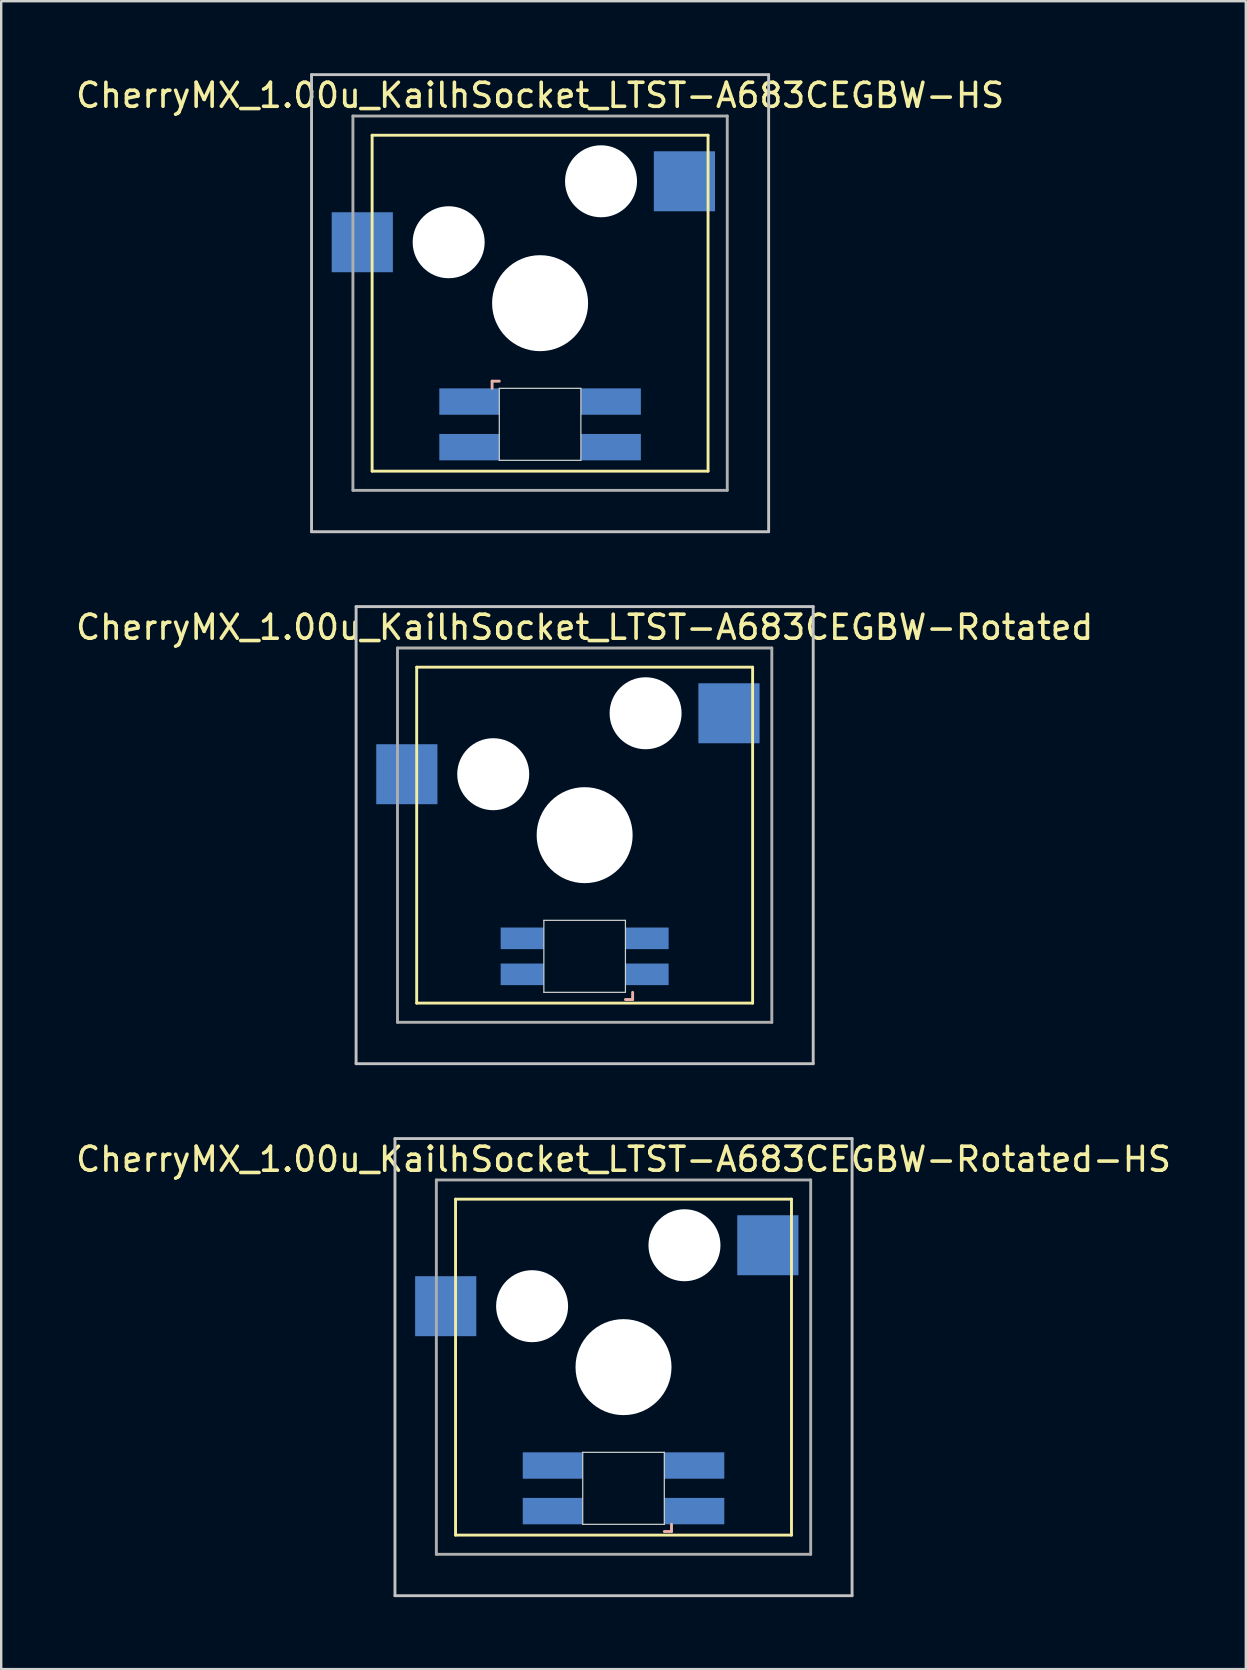
<source format=kicad_pcb>
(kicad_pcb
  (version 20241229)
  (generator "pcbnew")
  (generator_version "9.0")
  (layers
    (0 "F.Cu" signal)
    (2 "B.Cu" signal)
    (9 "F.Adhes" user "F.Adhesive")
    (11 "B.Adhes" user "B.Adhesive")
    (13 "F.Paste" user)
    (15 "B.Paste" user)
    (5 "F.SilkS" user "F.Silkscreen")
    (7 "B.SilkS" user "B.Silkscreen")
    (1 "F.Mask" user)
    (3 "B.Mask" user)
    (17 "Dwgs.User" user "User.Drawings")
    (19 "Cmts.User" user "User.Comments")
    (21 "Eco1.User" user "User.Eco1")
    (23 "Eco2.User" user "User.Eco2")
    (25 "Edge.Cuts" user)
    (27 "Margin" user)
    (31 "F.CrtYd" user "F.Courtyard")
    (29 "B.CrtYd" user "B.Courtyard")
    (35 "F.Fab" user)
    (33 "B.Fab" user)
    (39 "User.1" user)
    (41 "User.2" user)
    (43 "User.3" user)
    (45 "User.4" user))
  (footprint "CherryMX_1.00u_KailhSocket_LTST-A683CEGBW-HS"
    (layer "F.Cu")
    (at 19.458 9.585)
    (property "Reference" "CherryMX_1.00u_KailhSocket_LTST-A683CEGBW-HS" (at 0 -8.662 0) (layer "F.SilkS") (effects (font (size 1 1) (thickness 0.15))))
    (attr through_hole)
    (fp_line (start -7 -7) (end -7 7) (stroke (width 0.12) (type solid)) (layer "F.SilkS"))
    (fp_line (start -7 -7) (end 7 -7) (stroke (width 0.12) (type solid)) (layer "F.SilkS"))
    (fp_line (start 7 -7) (end 7 7) (stroke (width 0.12) (type solid)) (layer "F.SilkS"))
    (fp_line (start 7 7) (end -7 7) (stroke (width 0.12) (type solid)) (layer "F.SilkS"))
    (fp_line (start -2 3.25) (end -2 3.55) (stroke (width 0.12) (type solid)) (layer "B.SilkS"))
    (fp_line (start -1.7 3.25) (end -2 3.25) (stroke (width 0.12) (type solid)) (layer "B.SilkS"))
    (fp_line (start -9.525 -9.525) (end 9.525 -9.525) (stroke (width 0.12) (type solid)) (layer "Dwgs.User"))
    (fp_line (start -9.525 9.525) (end -9.525 -9.525) (stroke (width 0.12) (type solid)) (layer "Dwgs.User"))
    (fp_line (start 9.525 -9.525) (end 9.525 9.525) (stroke (width 0.12) (type solid)) (layer "Dwgs.User"))
    (fp_line (start 9.525 9.525) (end -9.525 9.525) (stroke (width 0.12) (type solid)) (layer "Dwgs.User"))
    (fp_line (start -1.7 3.55) (end 1.7 3.55) (stroke (width 0.05) (type solid)) (layer "Edge.Cuts"))
    (fp_line (start -1.7 6.55) (end -1.7 3.55) (stroke (width 0.05) (type solid)) (layer "Edge.Cuts"))
    (fp_line (start 1.7 3.55) (end 1.7 6.55) (stroke (width 0.05) (type solid)) (layer "Edge.Cuts"))
    (fp_line (start 1.7 6.55) (end -1.7 6.55) (stroke (width 0.05) (type solid)) (layer "Edge.Cuts"))
    (fp_line (start -7.8 -7.8) (end -7.8 7.8) (stroke (width 0.12) (type solid)) (layer "F.Fab"))
    (fp_line (start -7.8 -7.8) (end 7.8 -7.8) (stroke (width 0.12) (type solid)) (layer "F.Fab"))
    (fp_line (start -7.8 7.8) (end 7.8 7.8) (stroke (width 0.12) (type solid)) (layer "F.Fab"))
    (fp_line (start 7.8 -7.8) (end 7.8 7.8) (stroke (width 0.12) (type solid)) (layer "F.Fab"))
    (pad "" np_thru_hole circle (at -3.81 -2.54) (size 3 3) (drill 3) (layers "*.Cu" "*.Mask"))
    (pad "" np_thru_hole circle (at 0 0) (size 4 4) (drill 4) (layers "*.Cu" "*.Mask"))
    (pad "" np_thru_hole circle (at 2.54 -5.08) (size 3 3) (drill 3) (layers "*.Cu" "*.Mask"))
    (pad "1" smd rect (at -7.41 -2.54) (size 2.55 2.5) (layers "B.Cu" "B.Mask" "B.Paste"))
    (pad "2" smd rect (at 6.015 -5.08) (size 2.55 2.5) (layers "B.Cu" "B.Mask" "B.Paste"))
    (pad "3" smd rect (at -2.95 4.1) (size 2.5 1.1) (layers "B.Cu" "B.Mask" "B.Paste"))
    (pad "4" smd rect (at -2.95 6) (size 2.5 1.1) (layers "B.Cu" "B.Mask" "B.Paste"))
    (pad "5" smd rect (at 2.95 4.1) (size 2.5 1.1) (layers "B.Cu" "B.Mask" "B.Paste"))
    (pad "6" smd rect (at 2.95 6) (size 2.5 1.1) (layers "B.Cu" "B.Mask" "B.Paste")))
  (footprint "CherryMX_1.00u_KailhSocket_LTST-A683CEGBW-Rotated-HS"
    (layer "F.Cu")
    (at 22.935 53.925)
    (property "Reference" "CherryMX_1.00u_KailhSocket_LTST-A683CEGBW-Rotated-HS" (at 0 -8.662 0) (layer "F.SilkS") (effects (font (size 1 1) (thickness 0.15))))
    (attr through_hole)
    (fp_line (start -7 -7) (end -7 7) (stroke (width 0.12) (type solid)) (layer "F.SilkS"))
    (fp_line (start -7 -7) (end 7 -7) (stroke (width 0.12) (type solid)) (layer "F.SilkS"))
    (fp_line (start 7 -7) (end 7 7) (stroke (width 0.12) (type solid)) (layer "F.SilkS"))
    (fp_line (start 7 7) (end -7 7) (stroke (width 0.12) (type solid)) (layer "F.SilkS"))
    (fp_line (start 1.7 6.85) (end 2 6.85) (stroke (width 0.12) (type solid)) (layer "B.SilkS"))
    (fp_line (start 2 6.85) (end 2 6.55) (stroke (width 0.12) (type solid)) (layer "B.SilkS"))
    (fp_line (start -9.525 -9.525) (end 9.525 -9.525) (stroke (width 0.12) (type solid)) (layer "Dwgs.User"))
    (fp_line (start -9.525 9.525) (end -9.525 -9.525) (stroke (width 0.12) (type solid)) (layer "Dwgs.User"))
    (fp_line (start 9.525 -9.525) (end 9.525 9.525) (stroke (width 0.12) (type solid)) (layer "Dwgs.User"))
    (fp_line (start 9.525 9.525) (end -9.525 9.525) (stroke (width 0.12) (type solid)) (layer "Dwgs.User"))
    (fp_line (start -1.7 3.55) (end 1.7 3.55) (stroke (width 0.05) (type solid)) (layer "Edge.Cuts"))
    (fp_line (start -1.7 6.55) (end -1.7 3.55) (stroke (width 0.05) (type solid)) (layer "Edge.Cuts"))
    (fp_line (start 1.7 3.55) (end 1.7 6.55) (stroke (width 0.05) (type solid)) (layer "Edge.Cuts"))
    (fp_line (start 1.7 6.55) (end -1.7 6.55) (stroke (width 0.05) (type solid)) (layer "Edge.Cuts"))
    (fp_line (start -7.8 -7.8) (end -7.8 7.8) (stroke (width 0.12) (type solid)) (layer "F.Fab"))
    (fp_line (start -7.8 -7.8) (end 7.8 -7.8) (stroke (width 0.12) (type solid)) (layer "F.Fab"))
    (fp_line (start -7.8 7.8) (end 7.8 7.8) (stroke (width 0.12) (type solid)) (layer "F.Fab"))
    (fp_line (start 7.8 -7.8) (end 7.8 7.8) (stroke (width 0.12) (type solid)) (layer "F.Fab"))
    (pad "" np_thru_hole circle (at -3.81 -2.54) (size 3 3) (drill 3) (layers "*.Cu" "*.Mask"))
    (pad "" np_thru_hole circle (at 0 0) (size 4 4) (drill 4) (layers "*.Cu" "*.Mask"))
    (pad "" np_thru_hole circle (at 2.54 -5.08) (size 3 3) (drill 3) (layers "*.Cu" "*.Mask"))
    (pad "1" smd rect (at -7.41 -2.54) (size 2.55 2.5) (layers "B.Cu" "B.Mask" "B.Paste"))
    (pad "2" smd rect (at 6.015 -5.08) (size 2.55 2.5) (layers "B.Cu" "B.Mask" "B.Paste"))
    (pad "3" smd rect (at 2.95 6) (size 2.5 1.1) (layers "B.Cu" "B.Mask" "B.Paste"))
    (pad "4" smd rect (at 2.95 4.1) (size 2.5 1.1) (layers "B.Cu" "B.Mask" "B.Paste"))
    (pad "5" smd rect (at -2.95 6) (size 2.5 1.1) (layers "B.Cu" "B.Mask" "B.Paste"))
    (pad "6" smd rect (at -2.95 4.1) (size 2.5 1.1) (layers "B.Cu" "B.Mask" "B.Paste")))
  (footprint "CherryMX_1.00u_KailhSocket_LTST-A683CEGBW-Rotated"
    (layer "F.Cu")
    (at 21.315 31.755)
    (property "Reference" "CherryMX_1.00u_KailhSocket_LTST-A683CEGBW-Rotated" (at 0 -8.662 0) (layer "F.SilkS") (effects (font (size 1 1) (thickness 0.15))))
    (attr through_hole)
    (fp_line (start -7 -7) (end -7 7) (stroke (width 0.12) (type solid)) (layer "F.SilkS"))
    (fp_line (start -7 -7) (end 7 -7) (stroke (width 0.12) (type solid)) (layer "F.SilkS"))
    (fp_line (start 7 -7) (end 7 7) (stroke (width 0.12) (type solid)) (layer "F.SilkS"))
    (fp_line (start 7 7) (end -7 7) (stroke (width 0.12) (type solid)) (layer "F.SilkS"))
    (fp_line (start 1.7 6.85) (end 2 6.85) (stroke (width 0.12) (type solid)) (layer "B.SilkS"))
    (fp_line (start 2 6.85) (end 2 6.55) (stroke (width 0.12) (type solid)) (layer "B.SilkS"))
    (fp_line (start -9.525 -9.525) (end 9.525 -9.525) (stroke (width 0.12) (type solid)) (layer "Dwgs.User"))
    (fp_line (start -9.525 9.525) (end -9.525 -9.525) (stroke (width 0.12) (type solid)) (layer "Dwgs.User"))
    (fp_line (start 9.525 -9.525) (end 9.525 9.525) (stroke (width 0.12) (type solid)) (layer "Dwgs.User"))
    (fp_line (start 9.525 9.525) (end -9.525 9.525) (stroke (width 0.12) (type solid)) (layer "Dwgs.User"))
    (fp_line (start -1.7 3.55) (end 1.7 3.55) (stroke (width 0.05) (type solid)) (layer "Edge.Cuts"))
    (fp_line (start -1.7 6.55) (end -1.7 3.55) (stroke (width 0.05) (type solid)) (layer "Edge.Cuts"))
    (fp_line (start 1.7 3.55) (end 1.7 6.55) (stroke (width 0.05) (type solid)) (layer "Edge.Cuts"))
    (fp_line (start 1.7 6.55) (end -1.7 6.55) (stroke (width 0.05) (type solid)) (layer "Edge.Cuts"))
    (fp_line (start -7.8 -7.8) (end -7.8 7.8) (stroke (width 0.12) (type solid)) (layer "F.Fab"))
    (fp_line (start -7.8 -7.8) (end 7.8 -7.8) (stroke (width 0.12) (type solid)) (layer "F.Fab"))
    (fp_line (start -7.8 7.8) (end 7.8 7.8) (stroke (width 0.12) (type solid)) (layer "F.Fab"))
    (fp_line (start 7.8 -7.8) (end 7.8 7.8) (stroke (width 0.12) (type solid)) (layer "F.Fab"))
    (pad "" np_thru_hole circle (at -3.81 -2.54) (size 3 3) (drill 3) (layers "*.Cu" "*.Mask"))
    (pad "" np_thru_hole circle (at 0 0) (size 4 4) (drill 4) (layers "*.Cu" "*.Mask"))
    (pad "" np_thru_hole circle (at 2.54 -5.08) (size 3 3) (drill 3) (layers "*.Cu" "*.Mask"))
    (pad "1" smd rect (at -7.41 -2.54) (size 2.55 2.5) (layers "B.Cu" "B.Mask" "B.Paste"))
    (pad "2" smd rect (at 6.015 -5.08) (size 2.55 2.5) (layers "B.Cu" "B.Mask" "B.Paste"))
    (pad "3" smd rect (at 2.6 5.8) (size 1.8 0.9) (layers "B.Cu" "B.Mask" "B.Paste"))
    (pad "4" smd rect (at 2.6 4.3) (size 1.8 0.9) (layers "B.Cu" "B.Mask" "B.Paste"))
    (pad "5" smd rect (at -2.6 5.8) (size 1.8 0.9) (layers "B.Cu" "B.Mask" "B.Paste"))
    (pad "6" smd rect (at -2.6 4.3) (size 1.8 0.9) (layers "B.Cu" "B.Mask" "B.Paste")))
  (gr_rect
    (start -3 -3)
    (end 48.869 66.51)
    (stroke (width 0.1) (type default))
    (fill no)
    (layer "Edge.Cuts")))
</source>
